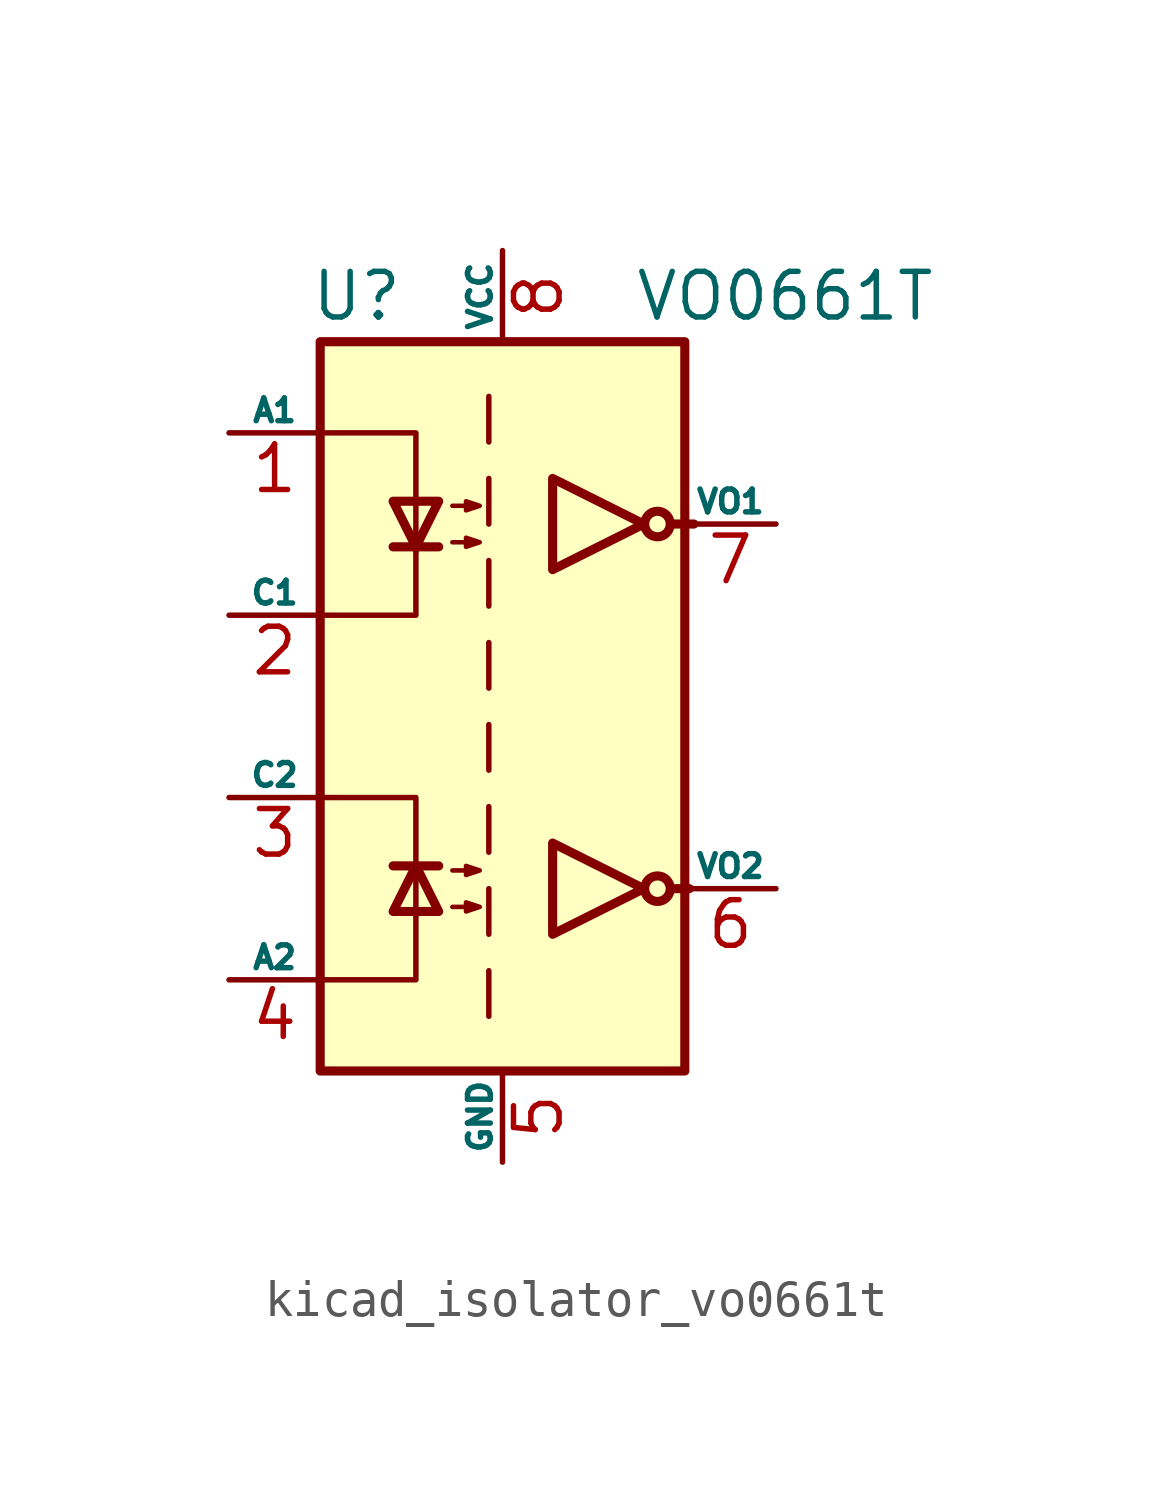
<source format=kicad_sym>
(kicad_symbol_lib
  (version 20220914)
  (generator kicad_symbol_editor)
  (symbol "kicad_isolator_vo0661t"
    (pin_names
      (offset 0))
    (property "Reference" "U"
      (at -4.064 11.43 0)
      (effects (font (size 1.27 1.27))))
    (property "Value" "VO0661T"
      (at 7.874 11.43 0)
      (effects (font (size 1.27 1.27))))
    (symbol "kicad_isolator_vo0661t_0_1"
      (rectangle (start -5.08 10.16) (end 5.08 -10.16) (stroke (width 0.254) (type default)) (fill (type background))))
    (symbol "kicad_isolator_vo0661t_1_1"
      (polyline (pts (xy -3.048 -4.445) (xy -1.778 -4.445)) (stroke (width 0.254) (type default)) (fill (type none)))
      (polyline (pts (xy -3.048 4.445) (xy -1.778 4.445)) (stroke (width 0.254) (type default)) (fill (type none)))
      (polyline (pts (xy -0.381 -7.366) (xy -0.381 -8.636)) (stroke (width 0) (type default)) (fill (type none)))
      (polyline (pts (xy -0.381 -5.08) (xy -0.381 -6.35)) (stroke (width 0) (type default)) (fill (type none)))
      (polyline (pts (xy -0.381 -2.794) (xy -0.381 -4.064)) (stroke (width 0) (type default)) (fill (type none)))
      (polyline (pts (xy -0.381 -0.508) (xy -0.381 -1.778)) (stroke (width 0) (type default)) (fill (type none)))
      (polyline (pts (xy -0.381 1.778) (xy -0.381 0.508)) (stroke (width 0) (type default)) (fill (type none)))
      (polyline (pts (xy -0.381 4.064) (xy -0.381 2.794)) (stroke (width 0) (type default)) (fill (type none)))
      (polyline (pts (xy -0.381 6.35) (xy -0.381 5.08)) (stroke (width 0) (type default)) (fill (type none)))
      (polyline (pts (xy -0.381 8.636) (xy -0.381 7.366)) (stroke (width 0) (type default)) (fill (type none)))
      (polyline (pts (xy 4.699 -5.08) (xy 5.207 -5.08)) (stroke (width 0.254) (type default)) (fill (type none)))
      (polyline (pts (xy 4.699 5.08) (xy 5.334 5.08)) (stroke (width 0.254) (type default)) (fill (type none)))
      (polyline (pts (xy -4.953 -7.62) (xy -2.413 -7.62) (xy -2.413 -5.715)) (stroke (width 0) (type default)) (fill (type none)))
      (polyline (pts (xy -4.953 7.62) (xy -2.413 7.62) (xy -2.413 4.318)) (stroke (width 0) (type default)) (fill (type none)))
      (polyline (pts (xy -2.413 -5.842) (xy -2.413 -2.54) (xy -4.953 -2.54)) (stroke (width 0) (type default)) (fill (type none)))
      (polyline (pts (xy -2.413 4.445) (xy -2.413 2.54) (xy -4.953 2.54)) (stroke (width 0) (type default)) (fill (type none)))
      (polyline (pts (xy -2.413 -4.445) (xy -3.048 -5.715) (xy -1.778 -5.715) (xy -2.413 -4.445)) (stroke (width 0.254) (type default)) (fill (type none)))
      (polyline (pts (xy -2.413 4.445) (xy -3.048 5.715) (xy -1.778 5.715) (xy -2.413 4.445)) (stroke (width 0.254) (type default)) (fill (type none)))
      (polyline (pts (xy 3.937 -5.08) (xy 1.397 -3.81) (xy 1.397 -6.35) (xy 3.937 -5.08)) (stroke (width 0.254) (type default)) (fill (type none)))
      (polyline (pts (xy 3.937 5.08) (xy 1.397 6.35) (xy 1.397 3.81) (xy 3.937 5.08)) (stroke (width 0.254) (type default)) (fill (type none)))
      (polyline (pts (xy -1.397 -5.588) (xy -0.635 -5.588) (xy -1.016 -5.715) (xy -1.016 -5.461) (xy -0.635 -5.588)) (stroke (width 0.127) (type default)) (fill (type none)))
      (polyline (pts (xy -1.397 -4.572) (xy -0.635 -4.572) (xy -1.016 -4.699) (xy -1.016 -4.445) (xy -0.635 -4.572)) (stroke (width 0.127) (type default)) (fill (type none)))
      (polyline (pts (xy -1.397 4.572) (xy -0.635 4.572) (xy -1.016 4.445) (xy -1.016 4.699) (xy -0.635 4.572)) (stroke (width 0.127) (type default)) (fill (type none)))
      (polyline (pts (xy -1.397 5.588) (xy -0.635 5.588) (xy -1.016 5.461) (xy -1.016 5.715) (xy -0.635 5.588)) (stroke (width 0.127) (type default)) (fill (type none)))
      (circle (center 4.318 -5.08) (radius 0.356) (stroke (width 0.254) (type default)) (fill (type none)))
      (circle (center 4.318 5.08) (radius 0.356) (stroke (width 0.254) (type default)) (fill (type none)))
      (pin passive line (at -7.62 7.62 0) (length 2.54) (name "A1" (effects (font (size 0.635 0.635)))) (number "1" (effects (font (size 1.27 1.27)))))
      (pin passive line (at -7.62 2.54 0) (length 2.54) (name "C1" (effects (font (size 0.635 0.635)))) (number "2" (effects (font (size 1.27 1.27)))))
      (pin passive line (at -7.62 -2.54 0) (length 2.54) (name "C2" (effects (font (size 0.635 0.635)))) (number "3" (effects (font (size 1.27 1.27)))))
      (pin passive line (at -7.62 -7.62 0) (length 2.54) (name "A2" (effects (font (size 0.635 0.635)))) (number "4" (effects (font (size 1.27 1.27)))))
      (pin power_in line (at 0 -12.7 90) (length 2.54) (name "GND" (effects (font (size 0.635 0.635)))) (number "5" (effects (font (size 1.27 1.27)))))
      (pin open_collector line (at 7.62 -5.08 180) (length 2.54) (name "VO2" (effects (font (size 0.635 0.635)))) (number "6" (effects (font (size 1.27 1.27)))))
      (pin open_collector line (at 7.62 5.08 180) (length 2.54) (name "VO1" (effects (font (size 0.635 0.635)))) (number "7" (effects (font (size 1.27 1.27)))))
      (pin power_in line (at 0 12.7 270) (length 2.54) (name "VCC" (effects (font (size 0.635 0.635)))) (number "8" (effects (font (size 1.27 1.27))))))))
</source>
